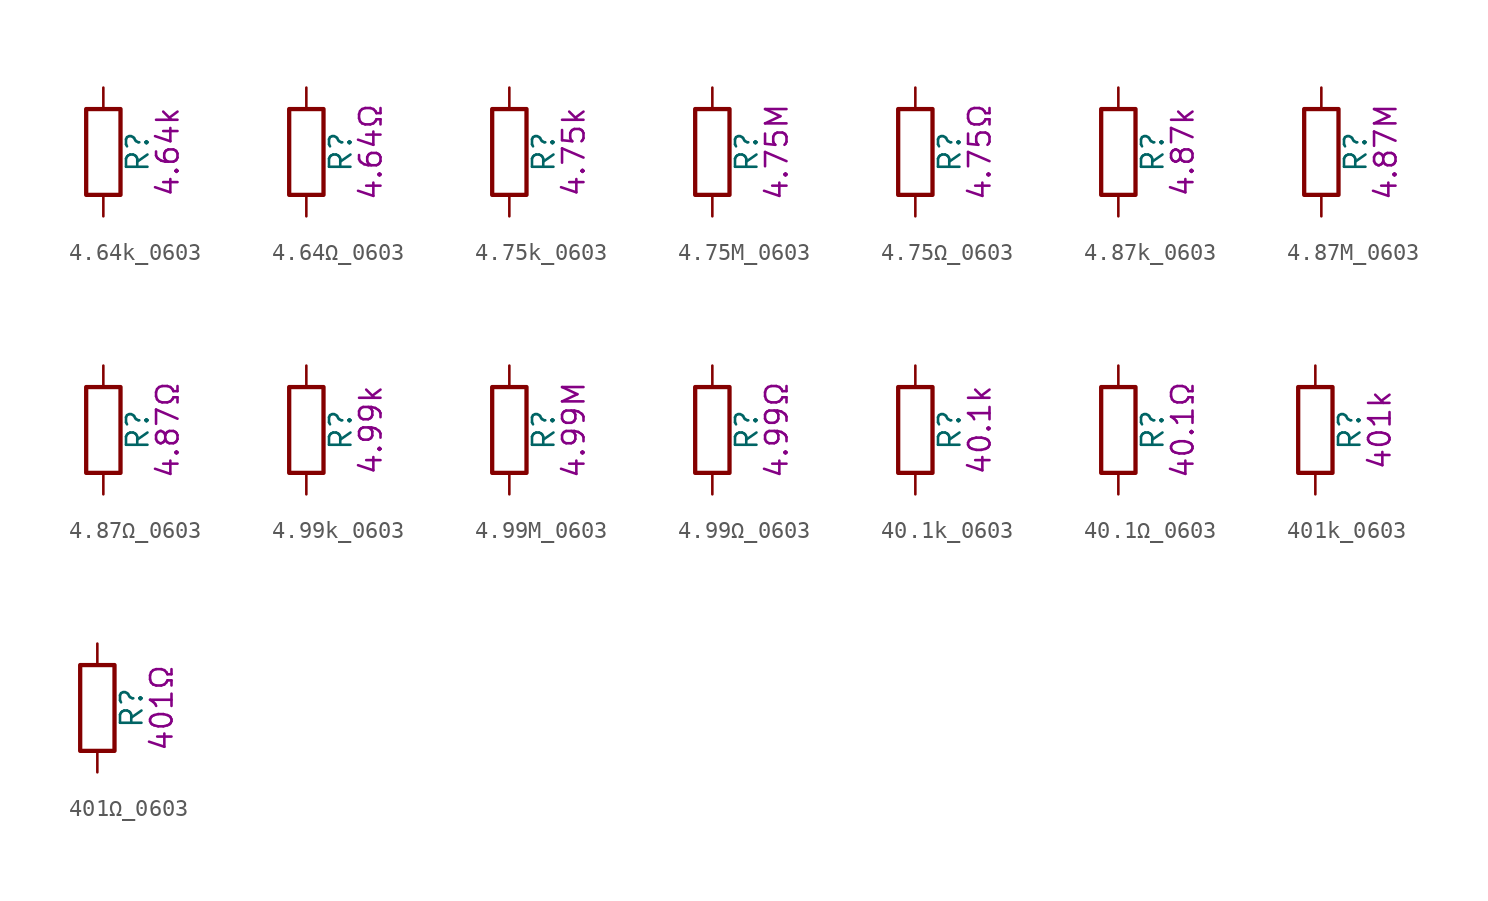
<source format=kicad_sym>
(kicad_symbol_lib
  (version 20211014)
  (generator kicad_symbol_editor)
  (symbol "4.64k_0603"
    (pin_numbers hide)
    (pin_names
      (offset 0))
    (property "Reference" "R"
      (at 2.032 0 90)
      (effects (font (size 1.27 1.27))))
    (property "Display" "4.64k"
      (at 3.81 0 90)
      (effects (font (size 1.27 1.27))))
    (symbol "4.64k_0603_0_1"
      (rectangle (start -1.016 -2.54) (end 1.016 2.54) (stroke (width 0.254) (type default) (color 0 0 0 0)) (fill (type none))))
    (symbol "4.64k_0603_1_1"
      (pin passive line (at 0 3.81 270) (length 1.27) (name "~" (effects (font (size 1.27 1.27)))) (number "1" (effects (font (size 1.27 1.27)))))
      (pin passive line (at 0 -3.81 90) (length 1.27) (name "~" (effects (font (size 1.27 1.27)))) (number "2" (effects (font (size 1.27 1.27)))))))
  (symbol "4.64Ω_0603"
    (pin_numbers hide)
    (pin_names
      (offset 0))
    (property "Reference" "R"
      (at 2.032 0 90)
      (effects (font (size 1.27 1.27))))
    (property "Display" "4.64Ω"
      (at 3.81 0 90)
      (effects (font (size 1.27 1.27))))
    (symbol "4.64Ω_0603_0_1"
      (rectangle (start -1.016 -2.54) (end 1.016 2.54) (stroke (width 0.254) (type default) (color 0 0 0 0)) (fill (type none))))
    (symbol "4.64Ω_0603_1_1"
      (pin passive line (at 0 3.81 270) (length 1.27) (name "~" (effects (font (size 1.27 1.27)))) (number "1" (effects (font (size 1.27 1.27)))))
      (pin passive line (at 0 -3.81 90) (length 1.27) (name "~" (effects (font (size 1.27 1.27)))) (number "2" (effects (font (size 1.27 1.27)))))))
  (symbol "4.75k_0603"
    (pin_numbers hide)
    (pin_names
      (offset 0))
    (property "Reference" "R"
      (at 2.032 0 90)
      (effects (font (size 1.27 1.27))))
    (property "Display" "4.75k"
      (at 3.81 0 90)
      (effects (font (size 1.27 1.27))))
    (symbol "4.75k_0603_0_1"
      (rectangle (start -1.016 -2.54) (end 1.016 2.54) (stroke (width 0.254) (type default) (color 0 0 0 0)) (fill (type none))))
    (symbol "4.75k_0603_1_1"
      (pin passive line (at 0 3.81 270) (length 1.27) (name "~" (effects (font (size 1.27 1.27)))) (number "1" (effects (font (size 1.27 1.27)))))
      (pin passive line (at 0 -3.81 90) (length 1.27) (name "~" (effects (font (size 1.27 1.27)))) (number "2" (effects (font (size 1.27 1.27)))))))
  (symbol "4.75M_0603"
    (pin_numbers hide)
    (pin_names
      (offset 0))
    (property "Reference" "R"
      (at 2.032 0 90)
      (effects (font (size 1.27 1.27))))
    (property "Display" "4.75M"
      (at 3.81 0 90)
      (effects (font (size 1.27 1.27))))
    (symbol "4.75M_0603_0_1"
      (rectangle (start -1.016 -2.54) (end 1.016 2.54) (stroke (width 0.254) (type default) (color 0 0 0 0)) (fill (type none))))
    (symbol "4.75M_0603_1_1"
      (pin passive line (at 0 3.81 270) (length 1.27) (name "~" (effects (font (size 1.27 1.27)))) (number "1" (effects (font (size 1.27 1.27)))))
      (pin passive line (at 0 -3.81 90) (length 1.27) (name "~" (effects (font (size 1.27 1.27)))) (number "2" (effects (font (size 1.27 1.27)))))))
  (symbol "4.75Ω_0603"
    (pin_numbers hide)
    (pin_names
      (offset 0))
    (property "Reference" "R"
      (at 2.032 0 90)
      (effects (font (size 1.27 1.27))))
    (property "Display" "4.75Ω"
      (at 3.81 0 90)
      (effects (font (size 1.27 1.27))))
    (symbol "4.75Ω_0603_0_1"
      (rectangle (start -1.016 -2.54) (end 1.016 2.54) (stroke (width 0.254) (type default) (color 0 0 0 0)) (fill (type none))))
    (symbol "4.75Ω_0603_1_1"
      (pin passive line (at 0 3.81 270) (length 1.27) (name "~" (effects (font (size 1.27 1.27)))) (number "1" (effects (font (size 1.27 1.27)))))
      (pin passive line (at 0 -3.81 90) (length 1.27) (name "~" (effects (font (size 1.27 1.27)))) (number "2" (effects (font (size 1.27 1.27)))))))
  (symbol "4.87k_0603"
    (pin_numbers hide)
    (pin_names
      (offset 0))
    (property "Reference" "R"
      (at 2.032 0 90)
      (effects (font (size 1.27 1.27))))
    (property "Display" "4.87k"
      (at 3.81 0 90)
      (effects (font (size 1.27 1.27))))
    (symbol "4.87k_0603_0_1"
      (rectangle (start -1.016 -2.54) (end 1.016 2.54) (stroke (width 0.254) (type default) (color 0 0 0 0)) (fill (type none))))
    (symbol "4.87k_0603_1_1"
      (pin passive line (at 0 3.81 270) (length 1.27) (name "~" (effects (font (size 1.27 1.27)))) (number "1" (effects (font (size 1.27 1.27)))))
      (pin passive line (at 0 -3.81 90) (length 1.27) (name "~" (effects (font (size 1.27 1.27)))) (number "2" (effects (font (size 1.27 1.27)))))))
  (symbol "4.87M_0603"
    (pin_numbers hide)
    (pin_names
      (offset 0))
    (property "Reference" "R"
      (at 2.032 0 90)
      (effects (font (size 1.27 1.27))))
    (property "Display" "4.87M"
      (at 3.81 0 90)
      (effects (font (size 1.27 1.27))))
    (symbol "4.87M_0603_0_1"
      (rectangle (start -1.016 -2.54) (end 1.016 2.54) (stroke (width 0.254) (type default) (color 0 0 0 0)) (fill (type none))))
    (symbol "4.87M_0603_1_1"
      (pin passive line (at 0 3.81 270) (length 1.27) (name "~" (effects (font (size 1.27 1.27)))) (number "1" (effects (font (size 1.27 1.27)))))
      (pin passive line (at 0 -3.81 90) (length 1.27) (name "~" (effects (font (size 1.27 1.27)))) (number "2" (effects (font (size 1.27 1.27)))))))
  (symbol "4.87Ω_0603"
    (pin_numbers hide)
    (pin_names
      (offset 0))
    (property "Reference" "R"
      (at 2.032 0 90)
      (effects (font (size 1.27 1.27))))
    (property "Display" "4.87Ω"
      (at 3.81 0 90)
      (effects (font (size 1.27 1.27))))
    (symbol "4.87Ω_0603_0_1"
      (rectangle (start -1.016 -2.54) (end 1.016 2.54) (stroke (width 0.254) (type default) (color 0 0 0 0)) (fill (type none))))
    (symbol "4.87Ω_0603_1_1"
      (pin passive line (at 0 3.81 270) (length 1.27) (name "~" (effects (font (size 1.27 1.27)))) (number "1" (effects (font (size 1.27 1.27)))))
      (pin passive line (at 0 -3.81 90) (length 1.27) (name "~" (effects (font (size 1.27 1.27)))) (number "2" (effects (font (size 1.27 1.27)))))))
  (symbol "4.99k_0603"
    (pin_numbers hide)
    (pin_names
      (offset 0))
    (property "Reference" "R"
      (at 2.032 0 90)
      (effects (font (size 1.27 1.27))))
    (property "Display" "4.99k"
      (at 3.81 0 90)
      (effects (font (size 1.27 1.27))))
    (symbol "4.99k_0603_0_1"
      (rectangle (start -1.016 -2.54) (end 1.016 2.54) (stroke (width 0.254) (type default) (color 0 0 0 0)) (fill (type none))))
    (symbol "4.99k_0603_1_1"
      (pin passive line (at 0 3.81 270) (length 1.27) (name "~" (effects (font (size 1.27 1.27)))) (number "1" (effects (font (size 1.27 1.27)))))
      (pin passive line (at 0 -3.81 90) (length 1.27) (name "~" (effects (font (size 1.27 1.27)))) (number "2" (effects (font (size 1.27 1.27)))))))
  (symbol "4.99M_0603"
    (pin_numbers hide)
    (pin_names
      (offset 0))
    (property "Reference" "R"
      (at 2.032 0 90)
      (effects (font (size 1.27 1.27))))
    (property "Display" "4.99M"
      (at 3.81 0 90)
      (effects (font (size 1.27 1.27))))
    (symbol "4.99M_0603_0_1"
      (rectangle (start -1.016 -2.54) (end 1.016 2.54) (stroke (width 0.254) (type default) (color 0 0 0 0)) (fill (type none))))
    (symbol "4.99M_0603_1_1"
      (pin passive line (at 0 3.81 270) (length 1.27) (name "~" (effects (font (size 1.27 1.27)))) (number "1" (effects (font (size 1.27 1.27)))))
      (pin passive line (at 0 -3.81 90) (length 1.27) (name "~" (effects (font (size 1.27 1.27)))) (number "2" (effects (font (size 1.27 1.27)))))))
  (symbol "4.99Ω_0603"
    (pin_numbers hide)
    (pin_names
      (offset 0))
    (property "Reference" "R"
      (at 2.032 0 90)
      (effects (font (size 1.27 1.27))))
    (property "Display" "4.99Ω"
      (at 3.81 0 90)
      (effects (font (size 1.27 1.27))))
    (symbol "4.99Ω_0603_0_1"
      (rectangle (start -1.016 -2.54) (end 1.016 2.54) (stroke (width 0.254) (type default) (color 0 0 0 0)) (fill (type none))))
    (symbol "4.99Ω_0603_1_1"
      (pin passive line (at 0 3.81 270) (length 1.27) (name "~" (effects (font (size 1.27 1.27)))) (number "1" (effects (font (size 1.27 1.27)))))
      (pin passive line (at 0 -3.81 90) (length 1.27) (name "~" (effects (font (size 1.27 1.27)))) (number "2" (effects (font (size 1.27 1.27)))))))
  (symbol "40.1k_0603"
    (pin_numbers hide)
    (pin_names
      (offset 0))
    (property "Reference" "R"
      (at 2.032 0 90)
      (effects (font (size 1.27 1.27))))
    (property "Display" "40.1k"
      (at 3.81 0 90)
      (effects (font (size 1.27 1.27))))
    (symbol "40.1k_0603_0_1"
      (rectangle (start -1.016 -2.54) (end 1.016 2.54) (stroke (width 0.254) (type default) (color 0 0 0 0)) (fill (type none))))
    (symbol "40.1k_0603_1_1"
      (pin passive line (at 0 3.81 270) (length 1.27) (name "~" (effects (font (size 1.27 1.27)))) (number "1" (effects (font (size 1.27 1.27)))))
      (pin passive line (at 0 -3.81 90) (length 1.27) (name "~" (effects (font (size 1.27 1.27)))) (number "2" (effects (font (size 1.27 1.27)))))))
  (symbol "40.1Ω_0603"
    (pin_numbers hide)
    (pin_names
      (offset 0))
    (property "Reference" "R"
      (at 2.032 0 90)
      (effects (font (size 1.27 1.27))))
    (property "Display" "40.1Ω"
      (at 3.81 0 90)
      (effects (font (size 1.27 1.27))))
    (symbol "40.1Ω_0603_0_1"
      (rectangle (start -1.016 -2.54) (end 1.016 2.54) (stroke (width 0.254) (type default) (color 0 0 0 0)) (fill (type none))))
    (symbol "40.1Ω_0603_1_1"
      (pin passive line (at 0 3.81 270) (length 1.27) (name "~" (effects (font (size 1.27 1.27)))) (number "1" (effects (font (size 1.27 1.27)))))
      (pin passive line (at 0 -3.81 90) (length 1.27) (name "~" (effects (font (size 1.27 1.27)))) (number "2" (effects (font (size 1.27 1.27)))))))
  (symbol "401k_0603"
    (pin_numbers hide)
    (pin_names
      (offset 0))
    (property "Reference" "R"
      (at 2.032 0 90)
      (effects (font (size 1.27 1.27))))
    (property "Display" "401k"
      (at 3.81 0 90)
      (effects (font (size 1.27 1.27))))
    (symbol "401k_0603_0_1"
      (rectangle (start -1.016 -2.54) (end 1.016 2.54) (stroke (width 0.254) (type default) (color 0 0 0 0)) (fill (type none))))
    (symbol "401k_0603_1_1"
      (pin passive line (at 0 3.81 270) (length 1.27) (name "~" (effects (font (size 1.27 1.27)))) (number "1" (effects (font (size 1.27 1.27)))))
      (pin passive line (at 0 -3.81 90) (length 1.27) (name "~" (effects (font (size 1.27 1.27)))) (number "2" (effects (font (size 1.27 1.27)))))))
  (symbol "401Ω_0603"
    (pin_numbers hide)
    (pin_names
      (offset 0))
    (property "Reference" "R"
      (at 2.032 0 90)
      (effects (font (size 1.27 1.27))))
    (property "Display" "401Ω"
      (at 3.81 0 90)
      (effects (font (size 1.27 1.27))))
    (symbol "401Ω_0603_0_1"
      (rectangle (start -1.016 -2.54) (end 1.016 2.54) (stroke (width 0.254) (type default) (color 0 0 0 0)) (fill (type none))))
    (symbol "401Ω_0603_1_1"
      (pin passive line (at 0 3.81 270) (length 1.27) (name "~" (effects (font (size 1.27 1.27)))) (number "1" (effects (font (size 1.27 1.27)))))
      (pin passive line (at 0 -3.81 90) (length 1.27) (name "~" (effects (font (size 1.27 1.27)))) (number "2" (effects (font (size 1.27 1.27))))))))
</source>
